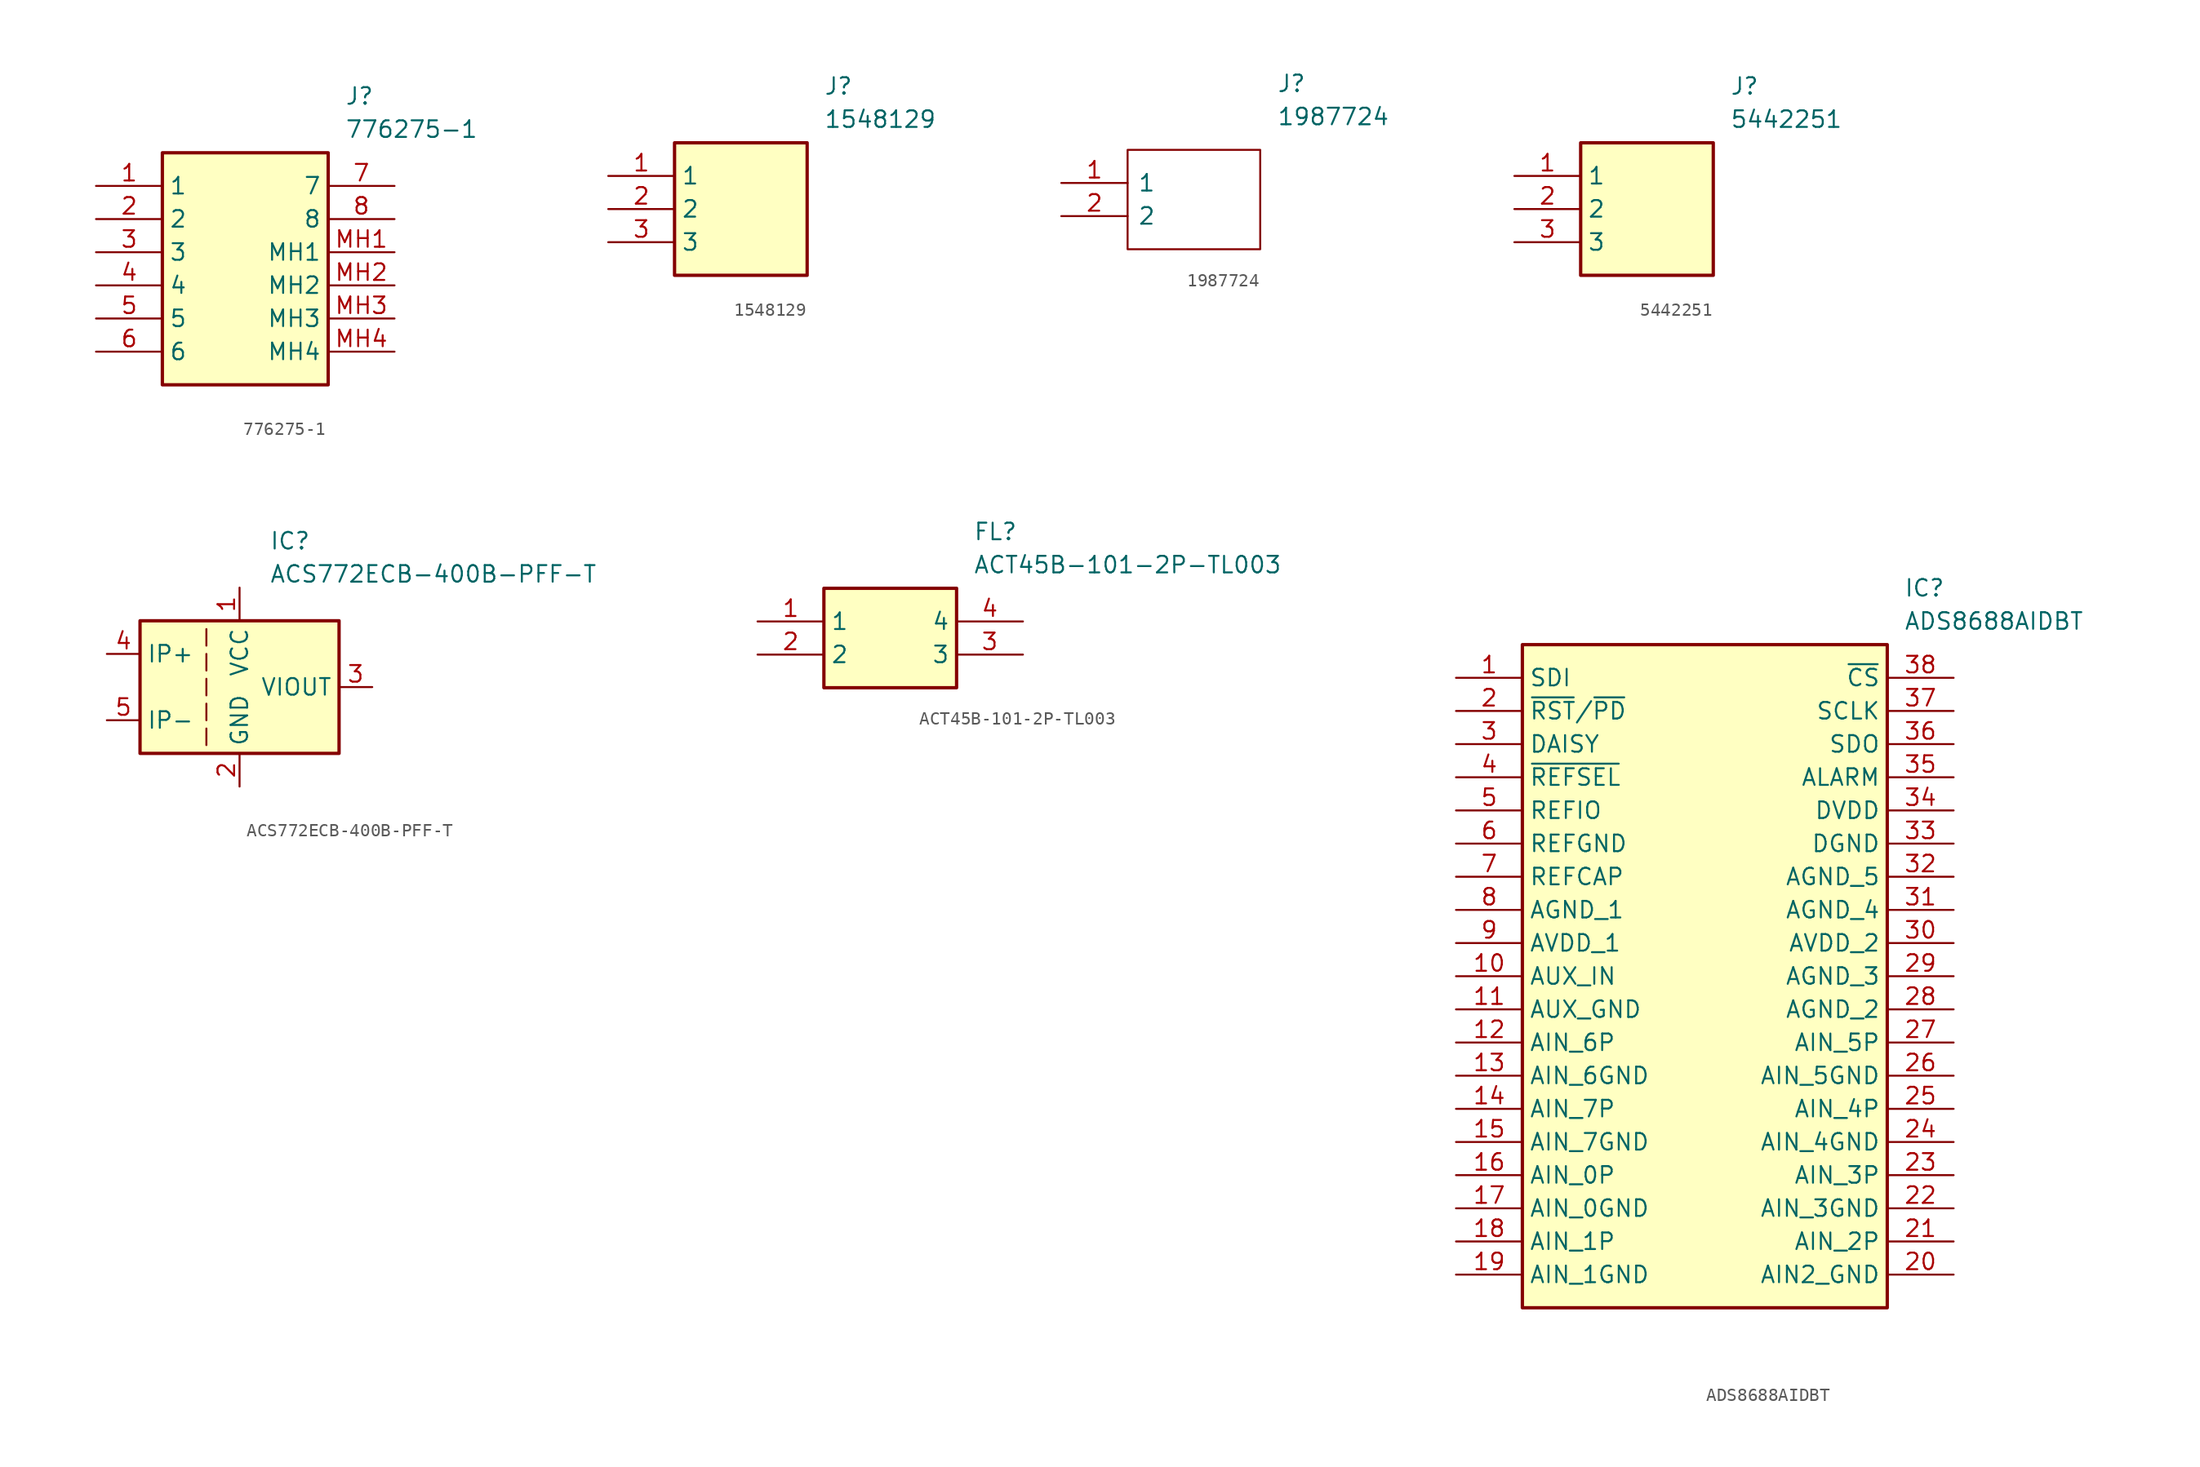
<source format=kicad_sym>
(kicad_symbol_lib
  (version 20241209)
  (generator "kicad_symbol_editor")
  (generator_version "9.0")
  (symbol "776275-1"
    (property "Reference" "J"
      (at 19.05 7.62 0)
      (effects (font (size 1.27 1.27)) (justify left top)))
    (property "Value" "776275-1"
      (at 19.05 5.08 0)
      (effects (font (size 1.27 1.27)) (justify left top)))
    (symbol "776275-1_1_1"
      (rectangle (start 5.08 2.54) (end 17.78 -15.24) (stroke (width 0.254) (type default)) (fill (type background)))
      (pin passive line (at 0 0 0) (length 5.08) (name "1" (effects (font (size 1.27 1.27)))) (number "1" (effects (font (size 1.27 1.27)))))
      (pin passive line (at 0 -2.54 0) (length 5.08) (name "2" (effects (font (size 1.27 1.27)))) (number "2" (effects (font (size 1.27 1.27)))))
      (pin passive line (at 0 -5.08 0) (length 5.08) (name "3" (effects (font (size 1.27 1.27)))) (number "3" (effects (font (size 1.27 1.27)))))
      (pin passive line (at 0 -7.62 0) (length 5.08) (name "4" (effects (font (size 1.27 1.27)))) (number "4" (effects (font (size 1.27 1.27)))))
      (pin passive line (at 0 -10.16 0) (length 5.08) (name "5" (effects (font (size 1.27 1.27)))) (number "5" (effects (font (size 1.27 1.27)))))
      (pin passive line (at 0 -12.7 0) (length 5.08) (name "6" (effects (font (size 1.27 1.27)))) (number "6" (effects (font (size 1.27 1.27)))))
      (pin passive line (at 22.86 0 180) (length 5.08) (name "7" (effects (font (size 1.27 1.27)))) (number "7" (effects (font (size 1.27 1.27)))))
      (pin passive line (at 22.86 -2.54 180) (length 5.08) (name "8" (effects (font (size 1.27 1.27)))) (number "8" (effects (font (size 1.27 1.27)))))
      (pin passive line (at 22.86 -5.08 180) (length 5.08) (name "MH1" (effects (font (size 1.27 1.27)))) (number "MH1" (effects (font (size 1.27 1.27)))))
      (pin passive line (at 22.86 -7.62 180) (length 5.08) (name "MH2" (effects (font (size 1.27 1.27)))) (number "MH2" (effects (font (size 1.27 1.27)))))
      (pin passive line (at 22.86 -10.16 180) (length 5.08) (name "MH3" (effects (font (size 1.27 1.27)))) (number "MH3" (effects (font (size 1.27 1.27)))))
      (pin passive line (at 22.86 -12.7 180) (length 5.08) (name "MH4" (effects (font (size 1.27 1.27)))) (number "MH4" (effects (font (size 1.27 1.27)))))))
  (symbol "1548129"
    (property "Reference" "J"
      (at 16.51 7.62 0)
      (effects (font (size 1.27 1.27)) (justify left top)))
    (property "Value" "1548129"
      (at 16.51 5.08 0)
      (effects (font (size 1.27 1.27)) (justify left top)))
    (symbol "1548129_1_1"
      (rectangle (start 5.08 2.54) (end 15.24 -7.62) (stroke (width 0.254) (type default)) (fill (type background)))
      (pin passive line (at 0 0 0) (length 5.08) (name "1" (effects (font (size 1.27 1.27)))) (number "1" (effects (font (size 1.27 1.27)))))
      (pin passive line (at 0 -2.54 0) (length 5.08) (name "2" (effects (font (size 1.27 1.27)))) (number "2" (effects (font (size 1.27 1.27)))))
      (pin passive line (at 0 -5.08 0) (length 5.08) (name "3" (effects (font (size 1.27 1.27)))) (number "3" (effects (font (size 1.27 1.27)))))))
  (symbol "1987724"
    (pin_names
      (offset 0.762))
    (property "Reference" "J"
      (at 16.51 7.62 0)
      (effects (font (size 1.27 1.27)) (justify left)))
    (property "Value" "1987724"
      (at 16.51 5.08 0)
      (effects (font (size 1.27 1.27)) (justify left)))
    (symbol "1987724_0_0"
      (pin passive line (at 0 0 0) (length 5.08) (name "1" (effects (font (size 1.27 1.27)))) (number "1" (effects (font (size 1.27 1.27)))))
      (pin passive line (at 0 -2.54 0) (length 5.08) (name "2" (effects (font (size 1.27 1.27)))) (number "2" (effects (font (size 1.27 1.27))))))
    (symbol "1987724_0_1"
      (polyline (pts (xy 5.08 2.54) (xy 15.24 2.54) (xy 15.24 -5.08) (xy 5.08 -5.08) (xy 5.08 2.54)) (stroke (width 0.152) (type solid)) (fill (type none)))))
  (symbol "5442251"
    (property "Reference" "J"
      (at 16.51 7.62 0)
      (effects (font (size 1.27 1.27)) (justify left top)))
    (property "Value" "5442251"
      (at 16.51 5.08 0)
      (effects (font (size 1.27 1.27)) (justify left top)))
    (symbol "5442251_1_1"
      (rectangle (start 5.08 2.54) (end 15.24 -7.62) (stroke (width 0.254) (type default)) (fill (type background)))
      (pin passive line (at 0 0 0) (length 5.08) (name "1" (effects (font (size 1.27 1.27)))) (number "1" (effects (font (size 1.27 1.27)))))
      (pin passive line (at 0 -2.54 0) (length 5.08) (name "2" (effects (font (size 1.27 1.27)))) (number "2" (effects (font (size 1.27 1.27)))))
      (pin passive line (at 0 -5.08 0) (length 5.08) (name "3" (effects (font (size 1.27 1.27)))) (number "3" (effects (font (size 1.27 1.27)))))))
  (symbol "ACS772ECB-400B-PFF-T"
    (property "Reference" "IC"
      (at 2.286 11.938 0)
      (effects (font (size 1.27 1.27)) (justify left top)))
    (property "Value" "ACS772ECB-400B-PFF-T"
      (at 2.286 9.398 0)
      (effects (font (size 1.27 1.27)) (justify left top)))
    (symbol "ACS772ECB-400B-PFF-T_0_1"
      (rectangle (start -7.62 5.08) (end 7.62 -5.08) (stroke (width 0.254) (type default)) (fill (type background)))
      (polyline (pts (xy -2.54 3.175) (xy -2.54 4.445)) (stroke (width 0) (type default)) (fill (type none)))
      (polyline (pts (xy -2.54 1.27) (xy -2.54 2.54)) (stroke (width 0) (type default)) (fill (type none)))
      (polyline (pts (xy -2.54 0.635) (xy -2.54 -0.635)) (stroke (width 0) (type default)) (fill (type none)))
      (polyline (pts (xy -2.54 -1.27) (xy -2.54 -2.54)) (stroke (width 0) (type default)) (fill (type none)))
      (polyline (pts (xy -2.54 -3.175) (xy -2.54 -4.445)) (stroke (width 0) (type default)) (fill (type none))))
    (symbol "ACS772ECB-400B-PFF-T_1_1"
      (pin passive line (at -10.16 2.54 0) (length 2.54) (name "IP+" (effects (font (size 1.27 1.27)))) (number "4" (effects (font (size 1.27 1.27)))))
      (pin passive line (at -10.16 -2.54 0) (length 2.54) (name "IP-" (effects (font (size 1.27 1.27)))) (number "5" (effects (font (size 1.27 1.27)))))
      (pin power_in line (at 0 7.62 270) (length 2.54) (name "VCC" (effects (font (size 1.27 1.27)))) (number "1" (effects (font (size 1.27 1.27)))))
      (pin power_in line (at 0 -7.62 90) (length 2.54) (name "GND" (effects (font (size 1.27 1.27)))) (number "2" (effects (font (size 1.27 1.27)))))
      (pin output line (at 10.16 0 180) (length 2.54) (name "VIOUT" (effects (font (size 1.27 1.27)))) (number "3" (effects (font (size 1.27 1.27)))))))
  (symbol "ACT45B-101-2P-TL003"
    (property "Reference" "FL"
      (at 16.51 7.62 0)
      (effects (font (size 1.27 1.27)) (justify left top)))
    (property "Value" "ACT45B-101-2P-TL003"
      (at 16.51 5.08 0)
      (effects (font (size 1.27 1.27)) (justify left top)))
    (symbol "ACT45B-101-2P-TL003_1_1"
      (rectangle (start 5.08 2.54) (end 15.24 -5.08) (stroke (width 0.254) (type default)) (fill (type background)))
      (pin passive line (at 0 0 0) (length 5.08) (name "1" (effects (font (size 1.27 1.27)))) (number "1" (effects (font (size 1.27 1.27)))))
      (pin passive line (at 0 -2.54 0) (length 5.08) (name "2" (effects (font (size 1.27 1.27)))) (number "2" (effects (font (size 1.27 1.27)))))
      (pin passive line (at 20.32 0 180) (length 5.08) (name "4" (effects (font (size 1.27 1.27)))) (number "4" (effects (font (size 1.27 1.27)))))
      (pin passive line (at 20.32 -2.54 180) (length 5.08) (name "3" (effects (font (size 1.27 1.27)))) (number "3" (effects (font (size 1.27 1.27)))))))
  (symbol "ADS8688AIDBT"
    (property "Reference" "IC"
      (at 34.29 7.62 0)
      (effects (font (size 1.27 1.27)) (justify left top)))
    (property "Value" "ADS8688AIDBT"
      (at 34.29 5.08 0)
      (effects (font (size 1.27 1.27)) (justify left top)))
    (symbol "ADS8688AIDBT_1_1"
      (rectangle (start 5.08 2.54) (end 33.02 -48.26) (stroke (width 0.254) (type default)) (fill (type background)))
      (pin passive line (at 0 0 0) (length 5.08) (name "SDI" (effects (font (size 1.27 1.27)))) (number "1" (effects (font (size 1.27 1.27)))))
      (pin passive line (at 0 -2.54 0) (length 5.08) (name "~{RST}/~{PD}" (effects (font (size 1.27 1.27)))) (number "2" (effects (font (size 1.27 1.27)))))
      (pin passive line (at 0 -5.08 0) (length 5.08) (name "DAISY" (effects (font (size 1.27 1.27)))) (number "3" (effects (font (size 1.27 1.27)))))
      (pin passive line (at 0 -7.62 0) (length 5.08) (name "~{REFSEL}" (effects (font (size 1.27 1.27)))) (number "4" (effects (font (size 1.27 1.27)))))
      (pin passive line (at 0 -10.16 0) (length 5.08) (name "REFIO" (effects (font (size 1.27 1.27)))) (number "5" (effects (font (size 1.27 1.27)))))
      (pin passive line (at 0 -12.7 0) (length 5.08) (name "REFGND" (effects (font (size 1.27 1.27)))) (number "6" (effects (font (size 1.27 1.27)))))
      (pin passive line (at 0 -15.24 0) (length 5.08) (name "REFCAP" (effects (font (size 1.27 1.27)))) (number "7" (effects (font (size 1.27 1.27)))))
      (pin passive line (at 0 -17.78 0) (length 5.08) (name "AGND_1" (effects (font (size 1.27 1.27)))) (number "8" (effects (font (size 1.27 1.27)))))
      (pin passive line (at 0 -20.32 0) (length 5.08) (name "AVDD_1" (effects (font (size 1.27 1.27)))) (number "9" (effects (font (size 1.27 1.27)))))
      (pin passive line (at 0 -22.86 0) (length 5.08) (name "AUX_IN" (effects (font (size 1.27 1.27)))) (number "10" (effects (font (size 1.27 1.27)))))
      (pin passive line (at 0 -25.4 0) (length 5.08) (name "AUX_GND" (effects (font (size 1.27 1.27)))) (number "11" (effects (font (size 1.27 1.27)))))
      (pin passive line (at 0 -27.94 0) (length 5.08) (name "AIN_6P" (effects (font (size 1.27 1.27)))) (number "12" (effects (font (size 1.27 1.27)))))
      (pin passive line (at 0 -30.48 0) (length 5.08) (name "AIN_6GND" (effects (font (size 1.27 1.27)))) (number "13" (effects (font (size 1.27 1.27)))))
      (pin passive line (at 0 -33.02 0) (length 5.08) (name "AIN_7P" (effects (font (size 1.27 1.27)))) (number "14" (effects (font (size 1.27 1.27)))))
      (pin passive line (at 0 -35.56 0) (length 5.08) (name "AIN_7GND" (effects (font (size 1.27 1.27)))) (number "15" (effects (font (size 1.27 1.27)))))
      (pin passive line (at 0 -38.1 0) (length 5.08) (name "AIN_0P" (effects (font (size 1.27 1.27)))) (number "16" (effects (font (size 1.27 1.27)))))
      (pin passive line (at 0 -40.64 0) (length 5.08) (name "AIN_0GND" (effects (font (size 1.27 1.27)))) (number "17" (effects (font (size 1.27 1.27)))))
      (pin passive line (at 0 -43.18 0) (length 5.08) (name "AIN_1P" (effects (font (size 1.27 1.27)))) (number "18" (effects (font (size 1.27 1.27)))))
      (pin passive line (at 0 -45.72 0) (length 5.08) (name "AIN_1GND" (effects (font (size 1.27 1.27)))) (number "19" (effects (font (size 1.27 1.27)))))
      (pin passive line (at 38.1 0 180) (length 5.08) (name "~{CS}" (effects (font (size 1.27 1.27)))) (number "38" (effects (font (size 1.27 1.27)))))
      (pin passive line (at 38.1 -2.54 180) (length 5.08) (name "SCLK" (effects (font (size 1.27 1.27)))) (number "37" (effects (font (size 1.27 1.27)))))
      (pin passive line (at 38.1 -5.08 180) (length 5.08) (name "SDO" (effects (font (size 1.27 1.27)))) (number "36" (effects (font (size 1.27 1.27)))))
      (pin passive line (at 38.1 -7.62 180) (length 5.08) (name "ALARM" (effects (font (size 1.27 1.27)))) (number "35" (effects (font (size 1.27 1.27)))))
      (pin passive line (at 38.1 -10.16 180) (length 5.08) (name "DVDD" (effects (font (size 1.27 1.27)))) (number "34" (effects (font (size 1.27 1.27)))))
      (pin passive line (at 38.1 -12.7 180) (length 5.08) (name "DGND" (effects (font (size 1.27 1.27)))) (number "33" (effects (font (size 1.27 1.27)))))
      (pin passive line (at 38.1 -15.24 180) (length 5.08) (name "AGND_5" (effects (font (size 1.27 1.27)))) (number "32" (effects (font (size 1.27 1.27)))))
      (pin passive line (at 38.1 -17.78 180) (length 5.08) (name "AGND_4" (effects (font (size 1.27 1.27)))) (number "31" (effects (font (size 1.27 1.27)))))
      (pin passive line (at 38.1 -20.32 180) (length 5.08) (name "AVDD_2" (effects (font (size 1.27 1.27)))) (number "30" (effects (font (size 1.27 1.27)))))
      (pin passive line (at 38.1 -22.86 180) (length 5.08) (name "AGND_3" (effects (font (size 1.27 1.27)))) (number "29" (effects (font (size 1.27 1.27)))))
      (pin passive line (at 38.1 -25.4 180) (length 5.08) (name "AGND_2" (effects (font (size 1.27 1.27)))) (number "28" (effects (font (size 1.27 1.27)))))
      (pin passive line (at 38.1 -27.94 180) (length 5.08) (name "AIN_5P" (effects (font (size 1.27 1.27)))) (number "27" (effects (font (size 1.27 1.27)))))
      (pin passive line (at 38.1 -30.48 180) (length 5.08) (name "AIN_5GND" (effects (font (size 1.27 1.27)))) (number "26" (effects (font (size 1.27 1.27)))))
      (pin passive line (at 38.1 -33.02 180) (length 5.08) (name "AIN_4P" (effects (font (size 1.27 1.27)))) (number "25" (effects (font (size 1.27 1.27)))))
      (pin passive line (at 38.1 -35.56 180) (length 5.08) (name "AIN_4GND" (effects (font (size 1.27 1.27)))) (number "24" (effects (font (size 1.27 1.27)))))
      (pin passive line (at 38.1 -38.1 180) (length 5.08) (name "AIN_3P" (effects (font (size 1.27 1.27)))) (number "23" (effects (font (size 1.27 1.27)))))
      (pin passive line (at 38.1 -40.64 180) (length 5.08) (name "AIN_3GND" (effects (font (size 1.27 1.27)))) (number "22" (effects (font (size 1.27 1.27)))))
      (pin passive line (at 38.1 -43.18 180) (length 5.08) (name "AIN_2P" (effects (font (size 1.27 1.27)))) (number "21" (effects (font (size 1.27 1.27)))))
      (pin passive line (at 38.1 -45.72 180) (length 5.08) (name "AIN2_GND" (effects (font (size 1.27 1.27)))) (number "20" (effects (font (size 1.27 1.27))))))))
</source>
